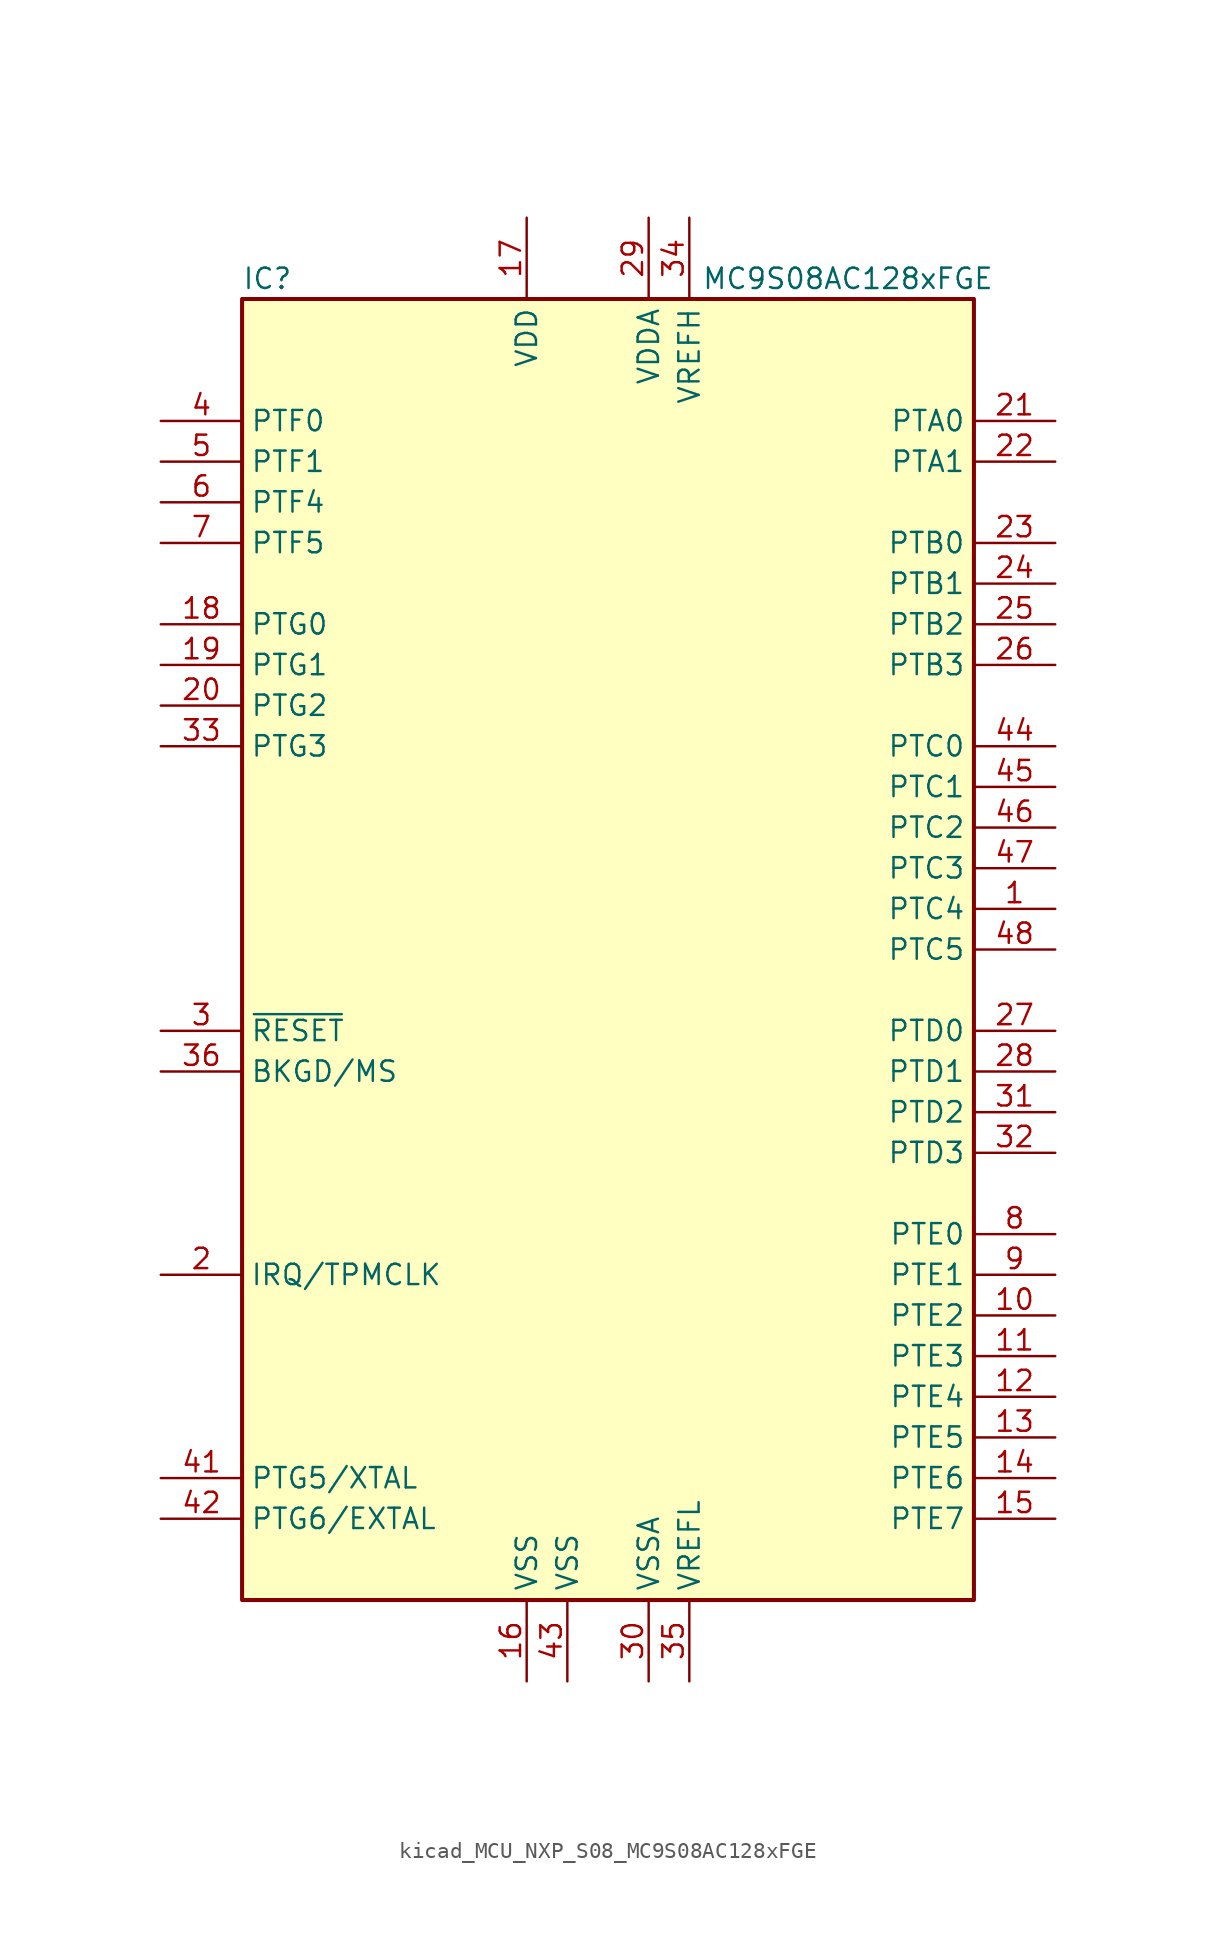
<source format=kicad_sym>
(kicad_symbol_lib
  (version 20220914)
  (generator kicad_symbol_editor)
  (symbol "kicad_MCU_NXP_S08_MC9S08AC128xFGE"
    (property "Reference" "IC"
      (at -22.86 41.91 0)
      (effects (font (size 1.27 1.27)) (justify left)))
    (property "Value" "MC9S08AC128xFGE"
      (at 24.13 41.91 0)
      (effects (font (size 1.27 1.27)) (justify right)))
    (symbol "kicad_MCU_NXP_S08_MC9S08AC128xFGE_0_1"
      (rectangle (start -22.86 40.64) (end 22.86 -40.64) (stroke (width 0.254) (type default)) (fill (type background))))
    (symbol "kicad_MCU_NXP_S08_MC9S08AC128xFGE_1_1"
      (pin bidirectional line (at 27.94 2.54 180) (length 5.08) (name "PTC4" (effects (font (size 1.27 1.27)))) (number "1" (effects (font (size 1.27 1.27)))))
      (pin bidirectional line (at 27.94 -22.86 180) (length 5.08) (name "PTE2" (effects (font (size 1.27 1.27)))) (number "10" (effects (font (size 1.27 1.27)))))
      (pin bidirectional line (at 27.94 -25.4 180) (length 5.08) (name "PTE3" (effects (font (size 1.27 1.27)))) (number "11" (effects (font (size 1.27 1.27)))))
      (pin bidirectional line (at 27.94 -27.94 180) (length 5.08) (name "PTE4" (effects (font (size 1.27 1.27)))) (number "12" (effects (font (size 1.27 1.27)))))
      (pin bidirectional line (at 27.94 -30.48 180) (length 5.08) (name "PTE5" (effects (font (size 1.27 1.27)))) (number "13" (effects (font (size 1.27 1.27)))))
      (pin bidirectional line (at 27.94 -33.02 180) (length 5.08) (name "PTE6" (effects (font (size 1.27 1.27)))) (number "14" (effects (font (size 1.27 1.27)))))
      (pin bidirectional line (at 27.94 -35.56 180) (length 5.08) (name "PTE7" (effects (font (size 1.27 1.27)))) (number "15" (effects (font (size 1.27 1.27)))))
      (pin power_in line (at -5.08 -45.72 90) (length 5.08) (name "VSS" (effects (font (size 1.27 1.27)))) (number "16" (effects (font (size 1.27 1.27)))))
      (pin power_in line (at -5.08 45.72 270) (length 5.08) (name "VDD" (effects (font (size 1.27 1.27)))) (number "17" (effects (font (size 1.27 1.27)))))
      (pin bidirectional line (at -27.94 20.32 0) (length 5.08) (name "PTG0" (effects (font (size 1.27 1.27)))) (number "18" (effects (font (size 1.27 1.27)))))
      (pin bidirectional line (at -27.94 17.78 0) (length 5.08) (name "PTG1" (effects (font (size 1.27 1.27)))) (number "19" (effects (font (size 1.27 1.27)))))
      (pin input line (at -27.94 -20.32 0) (length 5.08) (name "IRQ/TPMCLK" (effects (font (size 1.27 1.27)))) (number "2" (effects (font (size 1.27 1.27)))))
      (pin bidirectional line (at -27.94 15.24 0) (length 5.08) (name "PTG2" (effects (font (size 1.27 1.27)))) (number "20" (effects (font (size 1.27 1.27)))))
      (pin bidirectional line (at 27.94 33.02 180) (length 5.08) (name "PTA0" (effects (font (size 1.27 1.27)))) (number "21" (effects (font (size 1.27 1.27)))))
      (pin bidirectional line (at 27.94 30.48 180) (length 5.08) (name "PTA1" (effects (font (size 1.27 1.27)))) (number "22" (effects (font (size 1.27 1.27)))))
      (pin bidirectional line (at 27.94 25.4 180) (length 5.08) (name "PTB0" (effects (font (size 1.27 1.27)))) (number "23" (effects (font (size 1.27 1.27)))))
      (pin bidirectional line (at 27.94 22.86 180) (length 5.08) (name "PTB1" (effects (font (size 1.27 1.27)))) (number "24" (effects (font (size 1.27 1.27)))))
      (pin bidirectional line (at 27.94 20.32 180) (length 5.08) (name "PTB2" (effects (font (size 1.27 1.27)))) (number "25" (effects (font (size 1.27 1.27)))))
      (pin bidirectional line (at 27.94 17.78 180) (length 5.08) (name "PTB3" (effects (font (size 1.27 1.27)))) (number "26" (effects (font (size 1.27 1.27)))))
      (pin bidirectional line (at 27.94 -5.08 180) (length 5.08) (name "PTD0" (effects (font (size 1.27 1.27)))) (number "27" (effects (font (size 1.27 1.27)))))
      (pin bidirectional line (at 27.94 -7.62 180) (length 5.08) (name "PTD1" (effects (font (size 1.27 1.27)))) (number "28" (effects (font (size 1.27 1.27)))))
      (pin power_in line (at 2.54 45.72 270) (length 5.08) (name "VDDA" (effects (font (size 1.27 1.27)))) (number "29" (effects (font (size 1.27 1.27)))))
      (pin input line (at -27.94 -5.08 0) (length 5.08) (name "~{RESET}" (effects (font (size 1.27 1.27)))) (number "3" (effects (font (size 1.27 1.27)))))
      (pin power_in line (at 2.54 -45.72 90) (length 5.08) (name "VSSA" (effects (font (size 1.27 1.27)))) (number "30" (effects (font (size 1.27 1.27)))))
      (pin bidirectional line (at 27.94 -10.16 180) (length 5.08) (name "PTD2" (effects (font (size 1.27 1.27)))) (number "31" (effects (font (size 1.27 1.27)))))
      (pin bidirectional line (at 27.94 -12.7 180) (length 5.08) (name "PTD3" (effects (font (size 1.27 1.27)))) (number "32" (effects (font (size 1.27 1.27)))))
      (pin bidirectional line (at -27.94 12.7 0) (length 5.08) (name "PTG3" (effects (font (size 1.27 1.27)))) (number "33" (effects (font (size 1.27 1.27)))))
      (pin power_in line (at 5.08 45.72 270) (length 5.08) (name "VREFH" (effects (font (size 1.27 1.27)))) (number "34" (effects (font (size 1.27 1.27)))))
      (pin power_in line (at 5.08 -45.72 90) (length 5.08) (name "VREFL" (effects (font (size 1.27 1.27)))) (number "35" (effects (font (size 1.27 1.27)))))
      (pin bidirectional line (at -27.94 -7.62 0) (length 5.08) (name "BKGD/MS" (effects (font (size 1.27 1.27)))) (number "36" (effects (font (size 1.27 1.27)))))
      (pin bidirectional line (at -27.94 33.02 0) (length 5.08) (name "PTF0" (effects (font (size 1.27 1.27)))) (number "4" (effects (font (size 1.27 1.27)))))
      (pin bidirectional line (at -27.94 -33.02 0) (length 5.08) (name "PTG5/XTAL" (effects (font (size 1.27 1.27)))) (number "41" (effects (font (size 1.27 1.27)))))
      (pin bidirectional line (at -27.94 -35.56 0) (length 5.08) (name "PTG6/EXTAL" (effects (font (size 1.27 1.27)))) (number "42" (effects (font (size 1.27 1.27)))))
      (pin power_in line (at -2.54 -45.72 90) (length 5.08) (name "VSS" (effects (font (size 1.27 1.27)))) (number "43" (effects (font (size 1.27 1.27)))))
      (pin bidirectional line (at 27.94 12.7 180) (length 5.08) (name "PTC0" (effects (font (size 1.27 1.27)))) (number "44" (effects (font (size 1.27 1.27)))))
      (pin bidirectional line (at 27.94 10.16 180) (length 5.08) (name "PTC1" (effects (font (size 1.27 1.27)))) (number "45" (effects (font (size 1.27 1.27)))))
      (pin bidirectional line (at 27.94 7.62 180) (length 5.08) (name "PTC2" (effects (font (size 1.27 1.27)))) (number "46" (effects (font (size 1.27 1.27)))))
      (pin bidirectional line (at 27.94 5.08 180) (length 5.08) (name "PTC3" (effects (font (size 1.27 1.27)))) (number "47" (effects (font (size 1.27 1.27)))))
      (pin bidirectional line (at 27.94 0 180) (length 5.08) (name "PTC5" (effects (font (size 1.27 1.27)))) (number "48" (effects (font (size 1.27 1.27)))))
      (pin bidirectional line (at -27.94 30.48 0) (length 5.08) (name "PTF1" (effects (font (size 1.27 1.27)))) (number "5" (effects (font (size 1.27 1.27)))))
      (pin bidirectional line (at -27.94 27.94 0) (length 5.08) (name "PTF4" (effects (font (size 1.27 1.27)))) (number "6" (effects (font (size 1.27 1.27)))))
      (pin bidirectional line (at -27.94 25.4 0) (length 5.08) (name "PTF5" (effects (font (size 1.27 1.27)))) (number "7" (effects (font (size 1.27 1.27)))))
      (pin bidirectional line (at 27.94 -17.78 180) (length 5.08) (name "PTE0" (effects (font (size 1.27 1.27)))) (number "8" (effects (font (size 1.27 1.27)))))
      (pin bidirectional line (at 27.94 -20.32 180) (length 5.08) (name "PTE1" (effects (font (size 1.27 1.27)))) (number "9" (effects (font (size 1.27 1.27))))))))
</source>
